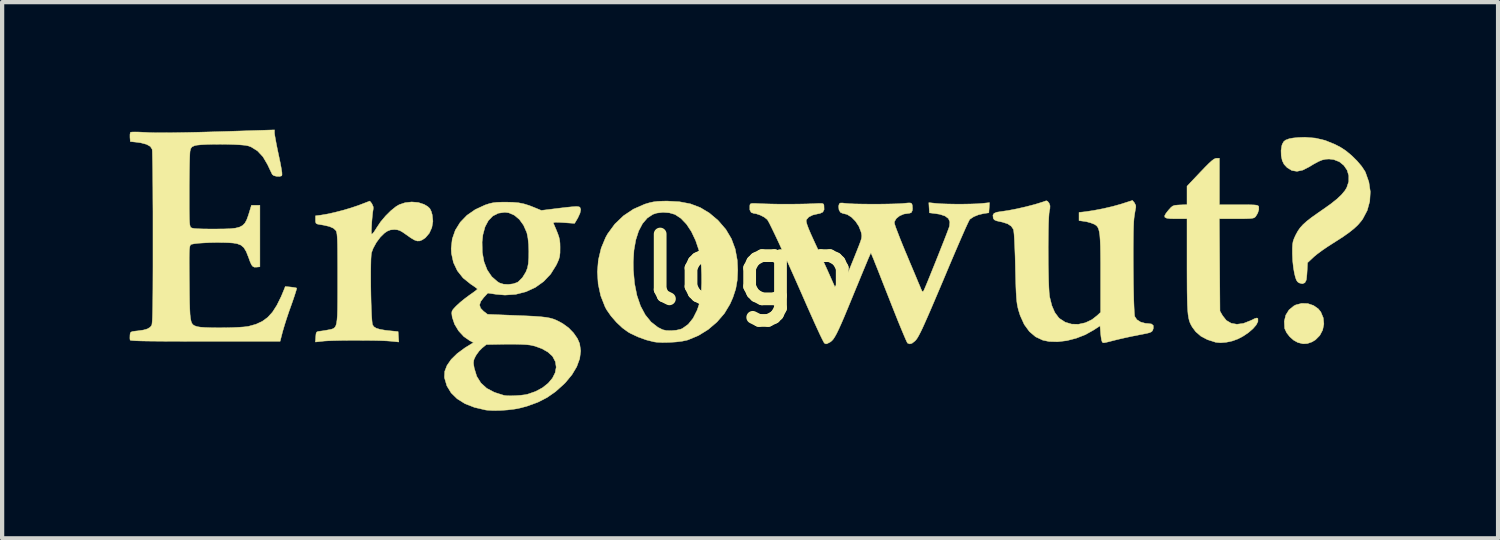
<source format=kicad_pcb>
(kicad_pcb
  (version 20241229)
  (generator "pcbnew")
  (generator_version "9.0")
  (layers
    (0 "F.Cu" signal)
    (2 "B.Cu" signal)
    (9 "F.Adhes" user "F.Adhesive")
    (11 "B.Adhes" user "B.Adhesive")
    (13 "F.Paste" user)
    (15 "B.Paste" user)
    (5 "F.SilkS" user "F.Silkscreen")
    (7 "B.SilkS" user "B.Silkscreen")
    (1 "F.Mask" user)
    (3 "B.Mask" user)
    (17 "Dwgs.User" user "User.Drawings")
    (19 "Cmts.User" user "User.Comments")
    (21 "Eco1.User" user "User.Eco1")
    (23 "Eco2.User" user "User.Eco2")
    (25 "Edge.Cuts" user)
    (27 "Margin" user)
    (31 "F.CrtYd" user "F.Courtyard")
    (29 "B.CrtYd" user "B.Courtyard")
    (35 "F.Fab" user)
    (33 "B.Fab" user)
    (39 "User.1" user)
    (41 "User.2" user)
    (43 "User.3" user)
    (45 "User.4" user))
  (footprint "logo"
    (layer "F.Cu")
    (at 14.582 3.289)
    (property "Reference" "logo" (at 0 0 0) (layer "F.SilkS") (effects (font (size 1.524 1.524) (thickness 0.3))))
    (attr through_hole)
    (fp_poly (pts (xy 13.128 0.801) (xy 13.262 0.846) (xy 13.375 0.925) (xy 13.434 0.999) (xy 13.492 1.138) (xy 13.506 1.282) (xy 13.477 1.424) (xy 13.41 1.551) (xy 13.307 1.655) (xy 13.222 1.705) (xy 13.115 1.742) (xy 13.016 1.747) (xy 12.902 1.719) (xy 12.89 1.715) (xy 12.796 1.663) (xy 12.705 1.583) (xy 12.631 1.489) (xy 12.587 1.395) (xy 12.583 1.38) (xy 12.575 1.218) (xy 12.61 1.072) (xy 12.686 0.95) (xy 12.8 0.856) (xy 12.847 0.832) (xy 12.986 0.796) (xy 13.128 0.801)) (stroke (width 0.01) (type solid)) (fill yes) (layer "F.SilkS"))
    (fp_poly (pts (xy 11.049 -1.524) (xy 11.504 -1.524) (xy 11.667 -1.524) (xy 11.787 -1.522) (xy 11.869 -1.519) (xy 11.922 -1.513) (xy 11.953 -1.503) (xy 11.969 -1.49) (xy 11.975 -1.477) (xy 11.976 -1.41) (xy 11.95 -1.327) (xy 11.904 -1.25) (xy 11.894 -1.238) (xy 11.873 -1.221) (xy 11.841 -1.209) (xy 11.788 -1.201) (xy 11.709 -1.197) (xy 11.593 -1.194) (xy 11.45 -1.194) (xy 11.047 -1.194) (xy 11.062 0.978) (xy 11.124 1.086) (xy 11.212 1.197) (xy 11.326 1.264) (xy 11.46 1.288) (xy 11.613 1.268) (xy 11.781 1.202) (xy 11.79 1.198) (xy 11.873 1.157) (xy 11.922 1.141) (xy 11.947 1.145) (xy 11.955 1.157) (xy 11.955 1.224) (xy 11.914 1.304) (xy 11.838 1.392) (xy 11.734 1.482) (xy 11.607 1.568) (xy 11.486 1.632) (xy 11.356 1.68) (xy 11.212 1.711) (xy 11.075 1.723) (xy 10.962 1.712) (xy 10.96 1.711) (xy 10.766 1.649) (xy 10.613 1.568) (xy 10.493 1.464) (xy 10.412 1.356) (xy 10.384 1.307) (xy 10.36 1.258) (xy 10.34 1.203) (xy 10.325 1.137) (xy 10.312 1.057) (xy 10.303 0.956) (xy 10.296 0.83) (xy 10.292 0.674) (xy 10.289 0.484) (xy 10.288 0.253) (xy 10.287 -0.022) (xy 10.287 -0.095) (xy 10.287 -1.194) (xy 10.032 -1.194) (xy 9.898 -1.196) (xy 9.81 -1.207) (xy 9.766 -1.229) (xy 9.762 -1.267) (xy 9.794 -1.324) (xy 9.848 -1.392) (xy 9.905 -1.456) (xy 9.949 -1.492) (xy 10.001 -1.51) (xy 10.078 -1.517) (xy 10.118 -1.519) (xy 10.287 -1.526) (xy 10.287 -1.96) (xy 10.598 -2.288) (xy 10.716 -2.411) (xy 10.805 -2.5) (xy 10.872 -2.56) (xy 10.922 -2.597) (xy 10.959 -2.613) (xy 10.979 -2.616) (xy 11.049 -2.616) (xy 11.049 -1.524)) (stroke (width 0.01) (type solid)) (fill yes) (layer "F.SilkS"))
    (fp_poly (pts (xy 13.068 -3.11) (xy 13.306 -3.091) (xy 13.535 -3.037) (xy 13.768 -2.942) (xy 13.894 -2.877) (xy 14.024 -2.792) (xy 14.158 -2.681) (xy 14.285 -2.556) (xy 14.394 -2.428) (xy 14.471 -2.311) (xy 14.484 -2.286) (xy 14.564 -2.059) (xy 14.598 -1.83) (xy 14.585 -1.605) (xy 14.526 -1.39) (xy 14.421 -1.191) (xy 14.385 -1.141) (xy 14.311 -1.054) (xy 14.218 -0.966) (xy 14.102 -0.873) (xy 13.955 -0.769) (xy 13.771 -0.651) (xy 13.708 -0.611) (xy 13.582 -0.53) (xy 13.457 -0.444) (xy 13.348 -0.363) (xy 13.268 -0.297) (xy 13.265 -0.293) (xy 13.122 -0.16) (xy 13.113 0.015) (xy 13.107 0.113) (xy 13.099 0.197) (xy 13.092 0.247) (xy 13.059 0.311) (xy 12.999 0.335) (xy 12.924 0.315) (xy 12.887 0.289) (xy 12.859 0.247) (xy 12.835 0.178) (xy 12.812 0.083) (xy 12.789 -0.051) (xy 12.772 -0.211) (xy 12.765 -0.372) (xy 12.765 -0.381) (xy 12.765 -0.504) (xy 12.77 -0.592) (xy 12.782 -0.661) (xy 12.804 -0.725) (xy 12.838 -0.801) (xy 12.847 -0.818) (xy 12.894 -0.904) (xy 12.948 -0.982) (xy 13.017 -1.058) (xy 13.106 -1.138) (xy 13.222 -1.228) (xy 13.372 -1.334) (xy 13.463 -1.397) (xy 13.656 -1.533) (xy 13.807 -1.652) (xy 13.921 -1.759) (xy 14.003 -1.858) (xy 14.044 -1.927) (xy 14.091 -2.068) (xy 14.092 -2.207) (xy 14.053 -2.336) (xy 13.977 -2.448) (xy 13.871 -2.534) (xy 13.738 -2.586) (xy 13.628 -2.599) (xy 13.545 -2.594) (xy 13.466 -2.576) (xy 13.378 -2.54) (xy 13.271 -2.482) (xy 13.159 -2.414) (xy 13.009 -2.338) (xy 12.874 -2.309) (xy 12.753 -2.329) (xy 12.643 -2.396) (xy 12.569 -2.475) (xy 12.527 -2.561) (xy 12.503 -2.676) (xy 12.499 -2.8) (xy 12.517 -2.914) (xy 12.529 -2.95) (xy 12.562 -3.009) (xy 12.609 -3.046) (xy 12.688 -3.075) (xy 12.691 -3.076) (xy 12.782 -3.093) (xy 12.907 -3.105) (xy 13.048 -3.11) (xy 13.068 -3.11)) (stroke (width 0.01) (type solid)) (fill yes) (layer "F.SilkS"))
    (fp_poly (pts (xy -1.652 -1.594) (xy -1.394 -1.545) (xy -1.162 -1.457) (xy -0.95 -1.33) (xy -0.749 -1.161) (xy -0.734 -1.145) (xy -0.559 -0.942) (xy -0.429 -0.723) (xy -0.34 -0.483) (xy -0.291 -0.217) (xy -0.28 0.013) (xy -0.291 0.247) (xy -0.327 0.455) (xy -0.394 0.659) (xy -0.462 0.813) (xy -0.595 1.034) (xy -0.769 1.235) (xy -0.975 1.411) (xy -1.205 1.553) (xy -1.45 1.655) (xy -1.473 1.662) (xy -1.586 1.686) (xy -1.731 1.704) (xy -1.892 1.714) (xy -2.05 1.717) (xy -2.188 1.71) (xy -2.251 1.701) (xy -2.431 1.656) (xy -2.623 1.587) (xy -2.802 1.503) (xy -2.86 1.47) (xy -2.994 1.372) (xy -3.132 1.242) (xy -3.26 1.095) (xy -3.364 0.946) (xy -3.4 0.879) (xy -3.503 0.617) (xy -3.563 0.339) (xy -3.581 0.054) (xy -3.562 -0.178) (xy -2.738 -0.178) (xy -2.735 0.013) (xy -2.707 0.329) (xy -2.651 0.611) (xy -2.567 0.857) (xy -2.456 1.065) (xy -2.32 1.233) (xy -2.159 1.359) (xy -2.046 1.416) (xy -1.959 1.435) (xy -1.845 1.438) (xy -1.726 1.428) (xy -1.622 1.404) (xy -1.583 1.388) (xy -1.445 1.289) (xy -1.329 1.144) (xy -1.233 0.953) (xy -1.177 0.786) (xy -1.153 0.661) (xy -1.137 0.5) (xy -1.129 0.315) (xy -1.13 0.119) (xy -1.138 -0.073) (xy -1.155 -0.25) (xy -1.179 -0.397) (xy -1.189 -0.441) (xy -1.27 -0.681) (xy -1.37 -0.892) (xy -1.486 -1.067) (xy -1.616 -1.203) (xy -1.754 -1.294) (xy -1.759 -1.296) (xy -1.89 -1.334) (xy -2.039 -1.345) (xy -2.184 -1.328) (xy -2.275 -1.298) (xy -2.408 -1.21) (xy -2.52 -1.079) (xy -2.611 -0.906) (xy -2.678 -0.697) (xy -2.721 -0.453) (xy -2.738 -0.178) (xy -3.562 -0.178) (xy -3.557 -0.229) (xy -3.492 -0.502) (xy -3.386 -0.757) (xy -3.339 -0.84) (xy -3.171 -1.069) (xy -2.967 -1.264) (xy -2.732 -1.421) (xy -2.472 -1.535) (xy -2.457 -1.54) (xy -2.353 -1.571) (xy -2.261 -1.591) (xy -2.164 -1.603) (xy -2.044 -1.608) (xy -1.943 -1.61) (xy -1.652 -1.594)) (stroke (width 0.01) (type solid)) (fill yes) (layer "F.SilkS"))
    (fp_poly (pts (xy -8.887 -1.552) (xy -8.853 -1.474) (xy -8.853 -1.427) (xy -8.866 -1.342) (xy -8.877 -1.238) (xy -8.887 -1.124) (xy -8.893 -1.015) (xy -8.897 -0.921) (xy -8.896 -0.856) (xy -8.892 -0.831) (xy -8.871 -0.841) (xy -8.833 -0.887) (xy -8.786 -0.96) (xy -8.773 -0.981) (xy -8.679 -1.122) (xy -8.563 -1.26) (xy -8.439 -1.383) (xy -8.317 -1.481) (xy -8.242 -1.525) (xy -8.103 -1.572) (xy -7.947 -1.589) (xy -7.793 -1.576) (xy -7.661 -1.533) (xy -7.656 -1.531) (xy -7.573 -1.482) (xy -7.522 -1.434) (xy -7.489 -1.367) (xy -7.466 -1.287) (xy -7.45 -1.135) (xy -7.475 -0.987) (xy -7.535 -0.854) (xy -7.627 -0.746) (xy -7.702 -0.696) (xy -7.76 -0.673) (xy -7.817 -0.671) (xy -7.883 -0.693) (xy -7.968 -0.743) (xy -8.066 -0.812) (xy -8.159 -0.877) (xy -8.227 -0.916) (xy -8.286 -0.934) (xy -8.351 -0.94) (xy -8.36 -0.94) (xy -8.448 -0.932) (xy -8.523 -0.902) (xy -8.59 -0.856) (xy -8.687 -0.761) (xy -8.78 -0.636) (xy -8.855 -0.499) (xy -8.894 -0.394) (xy -8.901 -0.339) (xy -8.907 -0.242) (xy -8.91 -0.112) (xy -8.912 0.044) (xy -8.912 0.218) (xy -8.911 0.401) (xy -8.908 0.587) (xy -8.904 0.767) (xy -8.898 0.934) (xy -8.892 1.079) (xy -8.884 1.194) (xy -8.876 1.272) (xy -8.869 1.3) (xy -8.839 1.345) (xy -8.784 1.38) (xy -8.697 1.407) (xy -8.571 1.429) (xy -8.454 1.442) (xy -8.268 1.46) (xy -8.26 1.583) (xy -8.252 1.705) (xy -8.438 1.686) (xy -8.534 1.679) (xy -8.67 1.673) (xy -8.837 1.669) (xy -9.023 1.667) (xy -9.221 1.666) (xy -9.418 1.666) (xy -9.607 1.668) (xy -9.776 1.672) (xy -9.915 1.677) (xy -10.016 1.683) (xy -10.028 1.685) (xy -10.214 1.705) (xy -10.206 1.583) (xy -10.199 1.509) (xy -10.184 1.472) (xy -10.152 1.457) (xy -10.122 1.453) (xy -10.052 1.444) (xy -9.959 1.429) (xy -9.912 1.42) (xy -9.86 1.41) (xy -9.817 1.399) (xy -9.782 1.383) (xy -9.754 1.358) (xy -9.732 1.319) (xy -9.716 1.261) (xy -9.705 1.181) (xy -9.697 1.073) (xy -9.693 0.933) (xy -9.691 0.757) (xy -9.69 0.54) (xy -9.69 0.278) (xy -9.69 0.203) (xy -9.69 -0.059) (xy -9.691 -0.276) (xy -9.692 -0.451) (xy -9.694 -0.59) (xy -9.697 -0.697) (xy -9.702 -0.777) (xy -9.707 -0.834) (xy -9.715 -0.874) (xy -9.723 -0.901) (xy -9.732 -0.917) (xy -9.788 -0.97) (xy -9.883 -1.012) (xy -10.022 -1.044) (xy -10.09 -1.055) (xy -10.163 -1.068) (xy -10.198 -1.086) (xy -10.21 -1.121) (xy -10.211 -1.168) (xy -10.211 -1.263) (xy -10.077 -1.28) (xy -9.932 -1.305) (xy -9.755 -1.344) (xy -9.565 -1.393) (xy -9.376 -1.449) (xy -9.206 -1.506) (xy -9.172 -1.519) (xy -8.934 -1.61) (xy -8.887 -1.552)) (stroke (width 0.01) (type solid)) (fill yes) (layer "F.SilkS"))
    (fp_poly (pts (xy 9.05 -1.57) (xy 9.082 -1.506) (xy 9.083 -1.462) (xy 9.073 -1.413) (xy 9.059 -1.329) (xy 9.044 -1.228) (xy 9.041 -1.204) (xy 9.035 -1.131) (xy 9.03 -1.017) (xy 9.026 -0.87) (xy 9.024 -0.695) (xy 9.022 -0.5) (xy 9.022 -0.292) (xy 9.023 -0.076) (xy 9.025 0.14) (xy 9.027 0.35) (xy 9.031 0.548) (xy 9.035 0.725) (xy 9.041 0.877) (xy 9.047 0.996) (xy 9.053 1.076) (xy 9.058 1.105) (xy 9.108 1.18) (xy 9.194 1.235) (xy 9.307 1.266) (xy 9.367 1.27) (xy 9.452 1.281) (xy 9.494 1.317) (xy 9.495 1.381) (xy 9.484 1.417) (xy 9.471 1.445) (xy 9.448 1.466) (xy 9.406 1.485) (xy 9.336 1.503) (xy 9.23 1.524) (xy 9.157 1.538) (xy 9.004 1.568) (xy 8.836 1.604) (xy 8.679 1.64) (xy 8.593 1.661) (xy 8.472 1.692) (xy 8.392 1.712) (xy 8.342 1.722) (xy 8.315 1.722) (xy 8.301 1.715) (xy 8.292 1.701) (xy 8.288 1.695) (xy 8.276 1.655) (xy 8.264 1.581) (xy 8.255 1.494) (xy 8.242 1.324) (xy 8.091 1.423) (xy 7.895 1.533) (xy 7.681 1.616) (xy 7.46 1.673) (xy 7.244 1.699) (xy 7.043 1.693) (xy 6.897 1.663) (xy 6.726 1.583) (xy 6.58 1.459) (xy 6.458 1.292) (xy 6.363 1.082) (xy 6.321 0.948) (xy 6.306 0.886) (xy 6.293 0.821) (xy 6.283 0.747) (xy 6.275 0.657) (xy 6.268 0.545) (xy 6.262 0.403) (xy 6.257 0.226) (xy 6.251 0.006) (xy 6.25 -0.064) (xy 6.244 -0.308) (xy 6.236 -0.519) (xy 6.228 -0.691) (xy 6.22 -0.823) (xy 6.211 -0.909) (xy 6.203 -0.945) (xy 6.153 -1.019) (xy 6.069 -1.075) (xy 5.944 -1.115) (xy 5.896 -1.125) (xy 5.807 -1.145) (xy 5.756 -1.168) (xy 5.733 -1.199) (xy 5.729 -1.21) (xy 5.722 -1.277) (xy 5.747 -1.32) (xy 5.81 -1.347) (xy 5.889 -1.36) (xy 6.076 -1.387) (xy 6.288 -1.428) (xy 6.506 -1.478) (xy 6.716 -1.533) (xy 6.899 -1.59) (xy 6.975 -1.617) (xy 7.007 -1.606) (xy 7.042 -1.562) (xy 7.043 -1.56) (xy 7.065 -1.499) (xy 7.062 -1.43) (xy 7.052 -1.387) (xy 7.043 -1.327) (xy 7.036 -1.224) (xy 7.03 -1.086) (xy 7.026 -0.919) (xy 7.024 -0.731) (xy 7.022 -0.529) (xy 7.023 -0.322) (xy 7.024 -0.116) (xy 7.028 0.081) (xy 7.032 0.262) (xy 7.038 0.418) (xy 7.045 0.544) (xy 7.054 0.63) (xy 7.057 0.647) (xy 7.108 0.85) (xy 7.177 1.01) (xy 7.267 1.131) (xy 7.291 1.154) (xy 7.422 1.239) (xy 7.572 1.284) (xy 7.733 1.288) (xy 7.896 1.252) (xy 8.052 1.178) (xy 8.172 1.084) (xy 8.255 1.006) (xy 8.255 0.123) (xy 8.255 -0.145) (xy 8.253 -0.367) (xy 8.25 -0.548) (xy 8.244 -0.692) (xy 8.236 -0.804) (xy 8.223 -0.889) (xy 8.207 -0.952) (xy 8.186 -0.997) (xy 8.16 -1.029) (xy 8.127 -1.053) (xy 8.104 -1.066) (xy 8.019 -1.099) (xy 7.917 -1.126) (xy 7.878 -1.132) (xy 7.747 -1.15) (xy 7.747 -1.343) (xy 7.893 -1.359) (xy 8.092 -1.389) (xy 8.316 -1.432) (xy 8.539 -1.484) (xy 8.74 -1.54) (xy 8.773 -1.551) (xy 9.004 -1.625) (xy 9.05 -1.57)) (stroke (width 0.01) (type solid)) (fill yes) (layer "F.SilkS"))
    (fp_poly (pts (xy -5.571 -1.581) (xy -5.433 -1.569) (xy -5.309 -1.544) (xy -5.181 -1.504) (xy -5.06 -1.456) (xy -4.9 -1.39) (xy -4.463 -1.444) (xy -4.301 -1.463) (xy -4.181 -1.475) (xy -4.097 -1.481) (xy -4.043 -1.48) (xy -4.009 -1.473) (xy -3.991 -1.462) (xy -3.973 -1.409) (xy -3.99 -1.325) (xy -4.04 -1.216) (xy -4.066 -1.171) (xy -4.118 -1.085) (xy -4.374 -1.103) (xy -4.492 -1.11) (xy -4.567 -1.111) (xy -4.606 -1.105) (xy -4.616 -1.093) (xy -4.615 -1.087) (xy -4.555 -0.948) (xy -4.513 -0.844) (xy -4.485 -0.762) (xy -4.469 -0.691) (xy -4.461 -0.618) (xy -4.459 -0.533) (xy -4.459 -0.507) (xy -4.46 -0.394) (xy -4.469 -0.311) (xy -4.489 -0.237) (xy -4.527 -0.15) (xy -4.553 -0.097) (xy -4.682 0.109) (xy -4.847 0.283) (xy -5.042 0.422) (xy -5.262 0.523) (xy -5.502 0.584) (xy -5.755 0.601) (xy -5.955 0.584) (xy -6.158 0.554) (xy -6.254 0.657) (xy -6.326 0.752) (xy -6.352 0.834) (xy -6.329 0.909) (xy -6.26 0.981) (xy -6.257 0.983) (xy -6.164 1.054) (xy -5.463 1.082) (xy -5.238 1.091) (xy -5.057 1.1) (xy -4.912 1.111) (xy -4.796 1.124) (xy -4.701 1.141) (xy -4.621 1.163) (xy -4.548 1.192) (xy -4.474 1.229) (xy -4.392 1.275) (xy -4.385 1.28) (xy -4.257 1.373) (xy -4.142 1.492) (xy -4.051 1.623) (xy -3.999 1.742) (xy -3.974 1.915) (xy -3.998 2.098) (xy -4.067 2.286) (xy -4.18 2.475) (xy -4.336 2.663) (xy -4.376 2.702) (xy -4.569 2.875) (xy -4.767 3.012) (xy -4.982 3.122) (xy -5.227 3.211) (xy -5.379 3.253) (xy -5.523 3.282) (xy -5.693 3.303) (xy -5.871 3.315) (xy -6.039 3.317) (xy -6.18 3.308) (xy -6.21 3.304) (xy -6.472 3.243) (xy -6.695 3.156) (xy -6.879 3.041) (xy -7.021 2.902) (xy -7.121 2.738) (xy -7.176 2.552) (xy -7.179 2.53) (xy -7.172 2.396) (xy -7.118 2.256) (xy -7.052 2.161) (xy -6.495 2.161) (xy -6.494 2.221) (xy -6.48 2.308) (xy -6.477 2.323) (xy -6.419 2.512) (xy -6.321 2.669) (xy -6.184 2.794) (xy -6.009 2.886) (xy -5.942 2.909) (xy -5.862 2.934) (xy -5.801 2.953) (xy -5.779 2.96) (xy -5.718 2.968) (xy -5.623 2.971) (xy -5.509 2.967) (xy -5.392 2.959) (xy -5.287 2.946) (xy -5.225 2.934) (xy -5.035 2.868) (xy -4.871 2.78) (xy -4.738 2.674) (xy -4.638 2.555) (xy -4.574 2.427) (xy -4.55 2.297) (xy -4.569 2.169) (xy -4.633 2.047) (xy -4.642 2.035) (xy -4.745 1.942) (xy -4.885 1.862) (xy -5.05 1.802) (xy -5.161 1.777) (xy -5.253 1.767) (xy -5.383 1.76) (xy -5.54 1.756) (xy -5.71 1.756) (xy -5.763 1.757) (xy -6.193 1.765) (xy -6.29 1.844) (xy -6.363 1.917) (xy -6.429 2.008) (xy -6.448 2.04) (xy -6.48 2.107) (xy -6.495 2.161) (xy -7.052 2.161) (xy -7.02 2.115) (xy -6.879 1.977) (xy -6.699 1.844) (xy -6.649 1.813) (xy -6.495 1.719) (xy -6.583 1.674) (xy -6.724 1.576) (xy -6.846 1.443) (xy -6.94 1.287) (xy -6.995 1.123) (xy -7 1.089) (xy -7.007 1.026) (xy -7.001 0.981) (xy -6.975 0.937) (xy -6.923 0.88) (xy -6.891 0.848) (xy -6.807 0.771) (xy -6.701 0.685) (xy -6.595 0.606) (xy -6.583 0.598) (xy -6.502 0.541) (xy -6.439 0.494) (xy -6.406 0.464) (xy -6.402 0.459) (xy -6.423 0.439) (xy -6.476 0.4) (xy -6.55 0.35) (xy -6.561 0.343) (xy -6.739 0.2) (xy -6.875 0.029) (xy -6.967 -0.165) (xy -7.014 -0.38) (xy -7.02 -0.495) (xy -7.003 -0.648) (xy -6.293 -0.648) (xy -6.288 -0.401) (xy -6.247 -0.18) (xy -6.173 0.01) (xy -6.067 0.167) (xy -5.93 0.287) (xy -5.88 0.317) (xy -5.788 0.345) (xy -5.674 0.351) (xy -5.558 0.336) (xy -5.463 0.302) (xy -5.442 0.288) (xy -5.343 0.189) (xy -5.263 0.058) (xy -5.226 -0.036) (xy -5.206 -0.14) (xy -5.196 -0.279) (xy -5.194 -0.435) (xy -5.2 -0.594) (xy -5.215 -0.739) (xy -5.238 -0.855) (xy -5.244 -0.874) (xy -5.318 -1.042) (xy -5.416 -1.178) (xy -5.534 -1.277) (xy -5.665 -1.334) (xy -5.76 -1.346) (xy -5.913 -1.324) (xy -6.042 -1.258) (xy -6.146 -1.15) (xy -6.224 -1.003) (xy -6.274 -0.818) (xy -6.293 -0.648) (xy -7.003 -0.648) (xy -6.995 -0.719) (xy -6.923 -0.925) (xy -6.807 -1.111) (xy -6.65 -1.274) (xy -6.454 -1.41) (xy -6.221 -1.518) (xy -6.213 -1.52) (xy -6.122 -1.55) (xy -6.039 -1.569) (xy -5.948 -1.58) (xy -5.832 -1.584) (xy -5.74 -1.585) (xy -5.571 -1.581)) (stroke (width 0.01) (type solid)) (fill yes) (layer "F.SilkS"))
    (fp_poly (pts (xy -11.176 -3.21) (xy -11.17 -3.162) (xy -11.155 -3.074) (xy -11.133 -2.956) (xy -11.105 -2.816) (xy -11.076 -2.68) (xy -11.039 -2.504) (xy -11.015 -2.373) (xy -11.001 -2.282) (xy -10.999 -2.227) (xy -11.006 -2.204) (xy -11.007 -2.203) (xy -11.059 -2.189) (xy -11.129 -2.192) (xy -11.193 -2.209) (xy -11.228 -2.235) (xy -11.247 -2.275) (xy -11.282 -2.347) (xy -11.325 -2.438) (xy -11.339 -2.468) (xy -11.447 -2.652) (xy -11.576 -2.79) (xy -11.725 -2.883) (xy -11.794 -2.908) (xy -11.866 -2.922) (xy -11.978 -2.932) (xy -12.118 -2.94) (xy -12.277 -2.945) (xy -12.445 -2.947) (xy -12.611 -2.946) (xy -12.766 -2.942) (xy -12.899 -2.935) (xy -13.001 -2.925) (xy -13.055 -2.913) (xy -13.116 -2.885) (xy -13.147 -2.842) (xy -13.162 -2.781) (xy -13.166 -2.731) (xy -13.17 -2.638) (xy -13.174 -2.507) (xy -13.177 -2.347) (xy -13.179 -2.163) (xy -13.181 -1.964) (xy -13.181 -1.851) (xy -13.181 -1.622) (xy -13.181 -1.438) (xy -13.179 -1.295) (xy -13.177 -1.186) (xy -13.173 -1.107) (xy -13.167 -1.053) (xy -13.159 -1.018) (xy -13.15 -0.997) (xy -13.141 -0.987) (xy -13.114 -0.975) (xy -13.064 -0.965) (xy -12.984 -0.959) (xy -12.87 -0.955) (xy -12.715 -0.953) (xy -12.588 -0.953) (xy -12.38 -0.954) (xy -12.216 -0.96) (xy -12.09 -0.974) (xy -11.995 -0.999) (xy -11.924 -1.037) (xy -11.871 -1.092) (xy -11.83 -1.167) (xy -11.794 -1.265) (xy -11.775 -1.325) (xy -11.718 -1.511) (xy -11.519 -1.511) (xy -11.519 -0.064) (xy -11.597 -0.056) (xy -11.647 -0.055) (xy -11.684 -0.071) (xy -11.716 -0.11) (xy -11.749 -0.183) (xy -11.788 -0.29) (xy -11.841 -0.423) (xy -11.897 -0.516) (xy -11.966 -0.574) (xy -12.056 -0.608) (xy -12.147 -0.623) (xy -12.261 -0.631) (xy -12.397 -0.635) (xy -12.545 -0.636) (xy -12.696 -0.633) (xy -12.839 -0.626) (xy -12.965 -0.618) (xy -13.065 -0.606) (xy -13.128 -0.593) (xy -13.143 -0.586) (xy -13.155 -0.572) (xy -13.164 -0.552) (xy -13.171 -0.518) (xy -13.177 -0.466) (xy -13.18 -0.39) (xy -13.182 -0.287) (xy -13.182 -0.149) (xy -13.181 0.028) (xy -13.179 0.249) (xy -13.178 0.317) (xy -13.176 0.566) (xy -13.173 0.768) (xy -13.168 0.93) (xy -13.162 1.055) (xy -13.151 1.15) (xy -13.137 1.219) (xy -13.118 1.267) (xy -13.092 1.299) (xy -13.06 1.32) (xy -13.02 1.335) (xy -12.986 1.345) (xy -12.915 1.356) (xy -12.805 1.364) (xy -12.665 1.369) (xy -12.506 1.371) (xy -12.338 1.37) (xy -12.173 1.366) (xy -12.02 1.359) (xy -11.891 1.35) (xy -11.796 1.338) (xy -11.782 1.335) (xy -11.61 1.287) (xy -11.463 1.219) (xy -11.336 1.126) (xy -11.223 1.002) (xy -11.12 0.841) (xy -11.02 0.639) (xy -10.961 0.498) (xy -10.922 0.4) (xy -10.794 0.412) (xy -10.719 0.422) (xy -10.667 0.432) (xy -10.654 0.437) (xy -10.658 0.464) (xy -10.678 0.53) (xy -10.709 0.627) (xy -10.75 0.748) (xy -10.783 0.841) (xy -10.838 0.995) (xy -10.891 1.153) (xy -10.938 1.301) (xy -10.974 1.423) (xy -10.985 1.46) (xy -11.044 1.689) (xy -12.802 1.689) (xy -13.168 1.689) (xy -13.486 1.688) (xy -13.757 1.687) (xy -13.985 1.685) (xy -14.172 1.683) (xy -14.32 1.68) (xy -14.431 1.676) (xy -14.509 1.671) (xy -14.555 1.666) (xy -14.572 1.66) (xy -14.572 1.66) (xy -14.577 1.616) (xy -14.575 1.549) (xy -14.575 1.545) (xy -14.569 1.5) (xy -14.553 1.473) (xy -14.515 1.458) (xy -14.444 1.448) (xy -14.402 1.444) (xy -14.262 1.424) (xy -14.164 1.396) (xy -14.1 1.357) (xy -14.067 1.316) (xy -14.06 1.296) (xy -14.055 1.257) (xy -14.05 1.198) (xy -14.046 1.114) (xy -14.043 1.002) (xy -14.04 0.861) (xy -14.038 0.686) (xy -14.036 0.475) (xy -14.035 0.225) (xy -14.034 -0.068) (xy -14.034 -0.405) (xy -14.034 -0.749) (xy -14.034 -1.066) (xy -14.034 -1.369) (xy -14.036 -1.654) (xy -14.037 -1.918) (xy -14.039 -2.156) (xy -14.041 -2.364) (xy -14.044 -2.539) (xy -14.047 -2.676) (xy -14.049 -2.772) (xy -14.053 -2.822) (xy -14.053 -2.827) (xy -14.096 -2.894) (xy -14.184 -2.944) (xy -14.319 -2.98) (xy -14.412 -2.993) (xy -14.567 -3.01) (xy -14.575 -3.108) (xy -14.575 -3.177) (xy -14.566 -3.222) (xy -14.562 -3.227) (xy -14.53 -3.233) (xy -14.458 -3.235) (xy -14.356 -3.233) (xy -14.233 -3.227) (xy -14.211 -3.226) (xy -14.127 -3.221) (xy -14.028 -3.218) (xy -13.911 -3.216) (xy -13.774 -3.216) (xy -13.612 -3.217) (xy -13.422 -3.22) (xy -13.2 -3.224) (xy -12.943 -3.23) (xy -12.648 -3.238) (xy -12.311 -3.248) (xy -11.928 -3.26) (xy -11.716 -3.267) (xy -11.176 -3.284) (xy -11.176 -3.21)) (stroke (width 0.01) (type solid)) (fill yes) (layer "F.SilkS"))
    (fp_poly (pts (xy 5.634 -1.454) (xy 5.626 -1.334) (xy 5.508 -1.317) (xy 5.383 -1.288) (xy 5.27 -1.242) (xy 5.186 -1.186) (xy 5.173 -1.173) (xy 5.156 -1.141) (xy 5.121 -1.068) (xy 5.07 -0.957) (xy 5.007 -0.814) (xy 4.933 -0.644) (xy 4.85 -0.452) (xy 4.761 -0.243) (xy 4.69 -0.076) (xy 4.554 0.248) (xy 4.435 0.528) (xy 4.333 0.768) (xy 4.246 0.971) (xy 4.172 1.14) (xy 4.11 1.279) (xy 4.059 1.392) (xy 4.016 1.48) (xy 3.98 1.549) (xy 3.951 1.6) (xy 3.926 1.638) (xy 3.903 1.666) (xy 3.886 1.683) (xy 3.818 1.736) (xy 3.765 1.75) (xy 3.715 1.732) (xy 3.699 1.705) (xy 3.667 1.635) (xy 3.621 1.528) (xy 3.563 1.389) (xy 3.495 1.224) (xy 3.42 1.036) (xy 3.339 0.832) (xy 3.306 0.748) (xy 3.222 0.535) (xy 3.143 0.335) (xy 3.071 0.151) (xy 3.008 -0.009) (xy 2.955 -0.14) (xy 2.917 -0.238) (xy 2.893 -0.295) (xy 2.889 -0.305) (xy 2.851 -0.394) (xy 2.798 -0.274) (xy 2.776 -0.222) (xy 2.738 -0.13) (xy 2.685 -0.003) (xy 2.621 0.151) (xy 2.549 0.327) (xy 2.47 0.517) (xy 2.409 0.666) (xy 2.308 0.911) (xy 2.224 1.113) (xy 2.153 1.277) (xy 2.094 1.407) (xy 2.045 1.508) (xy 2.003 1.583) (xy 1.967 1.638) (xy 1.933 1.676) (xy 1.9 1.703) (xy 1.876 1.716) (xy 1.823 1.743) (xy 1.795 1.75) (xy 1.771 1.739) (xy 1.757 1.731) (xy 1.74 1.703) (xy 1.705 1.635) (xy 1.654 1.53) (xy 1.591 1.394) (xy 1.517 1.232) (xy 1.436 1.05) (xy 1.348 0.853) (xy 1.335 0.823) (xy 1.18 0.47) (xy 1.036 0.145) (xy 0.904 -0.15) (xy 0.785 -0.412) (xy 0.681 -0.639) (xy 0.591 -0.83) (xy 0.518 -0.981) (xy 0.463 -1.092) (xy 0.425 -1.159) (xy 0.413 -1.176) (xy 0.344 -1.231) (xy 0.248 -1.28) (xy 0.15 -1.313) (xy 0.096 -1.32) (xy 0.036 -1.342) (xy 0.004 -1.403) (xy 0.004 -1.5) (xy 0.004 -1.502) (xy 0.01 -1.531) (xy 0.025 -1.547) (xy 0.06 -1.555) (xy 0.123 -1.555) (xy 0.227 -1.55) (xy 0.241 -1.549) (xy 0.351 -1.545) (xy 0.495 -1.541) (xy 0.657 -1.538) (xy 0.822 -1.537) (xy 0.876 -1.537) (xy 1.038 -1.538) (xy 1.203 -1.54) (xy 1.355 -1.543) (xy 1.478 -1.548) (xy 1.511 -1.549) (xy 1.62 -1.555) (xy 1.687 -1.555) (xy 1.724 -1.549) (xy 1.741 -1.533) (xy 1.748 -1.506) (xy 1.748 -1.502) (xy 1.751 -1.409) (xy 1.721 -1.351) (xy 1.654 -1.319) (xy 1.613 -1.312) (xy 1.485 -1.282) (xy 1.391 -1.235) (xy 1.338 -1.175) (xy 1.331 -1.157) (xy 1.333 -1.12) (xy 1.35 -1.058) (xy 1.384 -0.965) (xy 1.438 -0.838) (xy 1.514 -0.671) (xy 1.546 -0.601) (xy 1.627 -0.428) (xy 1.71 -0.245) (xy 1.792 -0.066) (xy 1.864 0.094) (xy 1.92 0.22) (xy 1.973 0.339) (xy 2.02 0.442) (xy 2.057 0.519) (xy 2.079 0.562) (xy 2.082 0.567) (xy 2.097 0.55) (xy 2.128 0.492) (xy 2.173 0.397) (xy 2.229 0.27) (xy 2.295 0.117) (xy 2.368 -0.056) (xy 2.445 -0.245) (xy 2.525 -0.445) (xy 2.572 -0.564) (xy 2.61 -0.665) (xy 2.631 -0.735) (xy 2.637 -0.79) (xy 2.63 -0.844) (xy 2.62 -0.885) (xy 2.569 -1.016) (xy 2.491 -1.134) (xy 2.397 -1.23) (xy 2.294 -1.295) (xy 2.192 -1.32) (xy 2.19 -1.32) (xy 2.137 -1.343) (xy 2.102 -1.4) (xy 2.093 -1.477) (xy 2.098 -1.513) (xy 2.11 -1.547) (xy 2.132 -1.563) (xy 2.178 -1.565) (xy 2.257 -1.556) (xy 2.34 -1.549) (xy 2.463 -1.543) (xy 2.616 -1.54) (xy 2.789 -1.538) (xy 2.971 -1.537) (xy 3.152 -1.539) (xy 3.322 -1.542) (xy 3.469 -1.546) (xy 3.585 -1.552) (xy 3.625 -1.556) (xy 3.72 -1.565) (xy 3.776 -1.566) (xy 3.805 -1.556) (xy 3.819 -1.533) (xy 3.825 -1.511) (xy 3.831 -1.435) (xy 3.825 -1.384) (xy 3.8 -1.337) (xy 3.749 -1.321) (xy 3.735 -1.321) (xy 3.627 -1.305) (xy 3.529 -1.263) (xy 3.452 -1.203) (xy 3.409 -1.132) (xy 3.404 -1.098) (xy 3.413 -1.059) (xy 3.44 -0.98) (xy 3.483 -0.868) (xy 3.537 -0.728) (xy 3.602 -0.567) (xy 3.674 -0.392) (xy 3.694 -0.347) (xy 3.769 -0.166) (xy 3.841 0.004) (xy 3.905 0.156) (xy 3.958 0.284) (xy 3.999 0.38) (xy 4.023 0.438) (xy 4.025 0.445) (xy 4.053 0.505) (xy 4.073 0.522) (xy 4.09 0.505) (xy 4.109 0.465) (xy 4.144 0.384) (xy 4.191 0.271) (xy 4.247 0.133) (xy 4.31 -0.023) (xy 4.377 -0.189) (xy 4.445 -0.359) (xy 4.51 -0.524) (xy 4.571 -0.677) (xy 4.623 -0.811) (xy 4.664 -0.919) (xy 4.691 -0.993) (xy 4.7 -1.021) (xy 4.709 -1.121) (xy 4.675 -1.199) (xy 4.597 -1.258) (xy 4.474 -1.299) (xy 4.374 -1.315) (xy 4.229 -1.333) (xy 4.221 -1.453) (xy 4.214 -1.573) (xy 4.386 -1.555) (xy 4.505 -1.546) (xy 4.66 -1.541) (xy 4.836 -1.538) (xy 5.02 -1.538) (xy 5.196 -1.541) (xy 5.35 -1.546) (xy 5.469 -1.555) (xy 5.642 -1.573) (xy 5.634 -1.454)) (stroke (width 0.01) (type solid)) (fill yes) (layer "F.SilkS")))
  (gr_rect
    (start -3 -3)
    (end 32.185 9.611)
    (stroke (width 0.1) (type default))
    (fill no)
    (layer "Edge.Cuts")))
</source>
